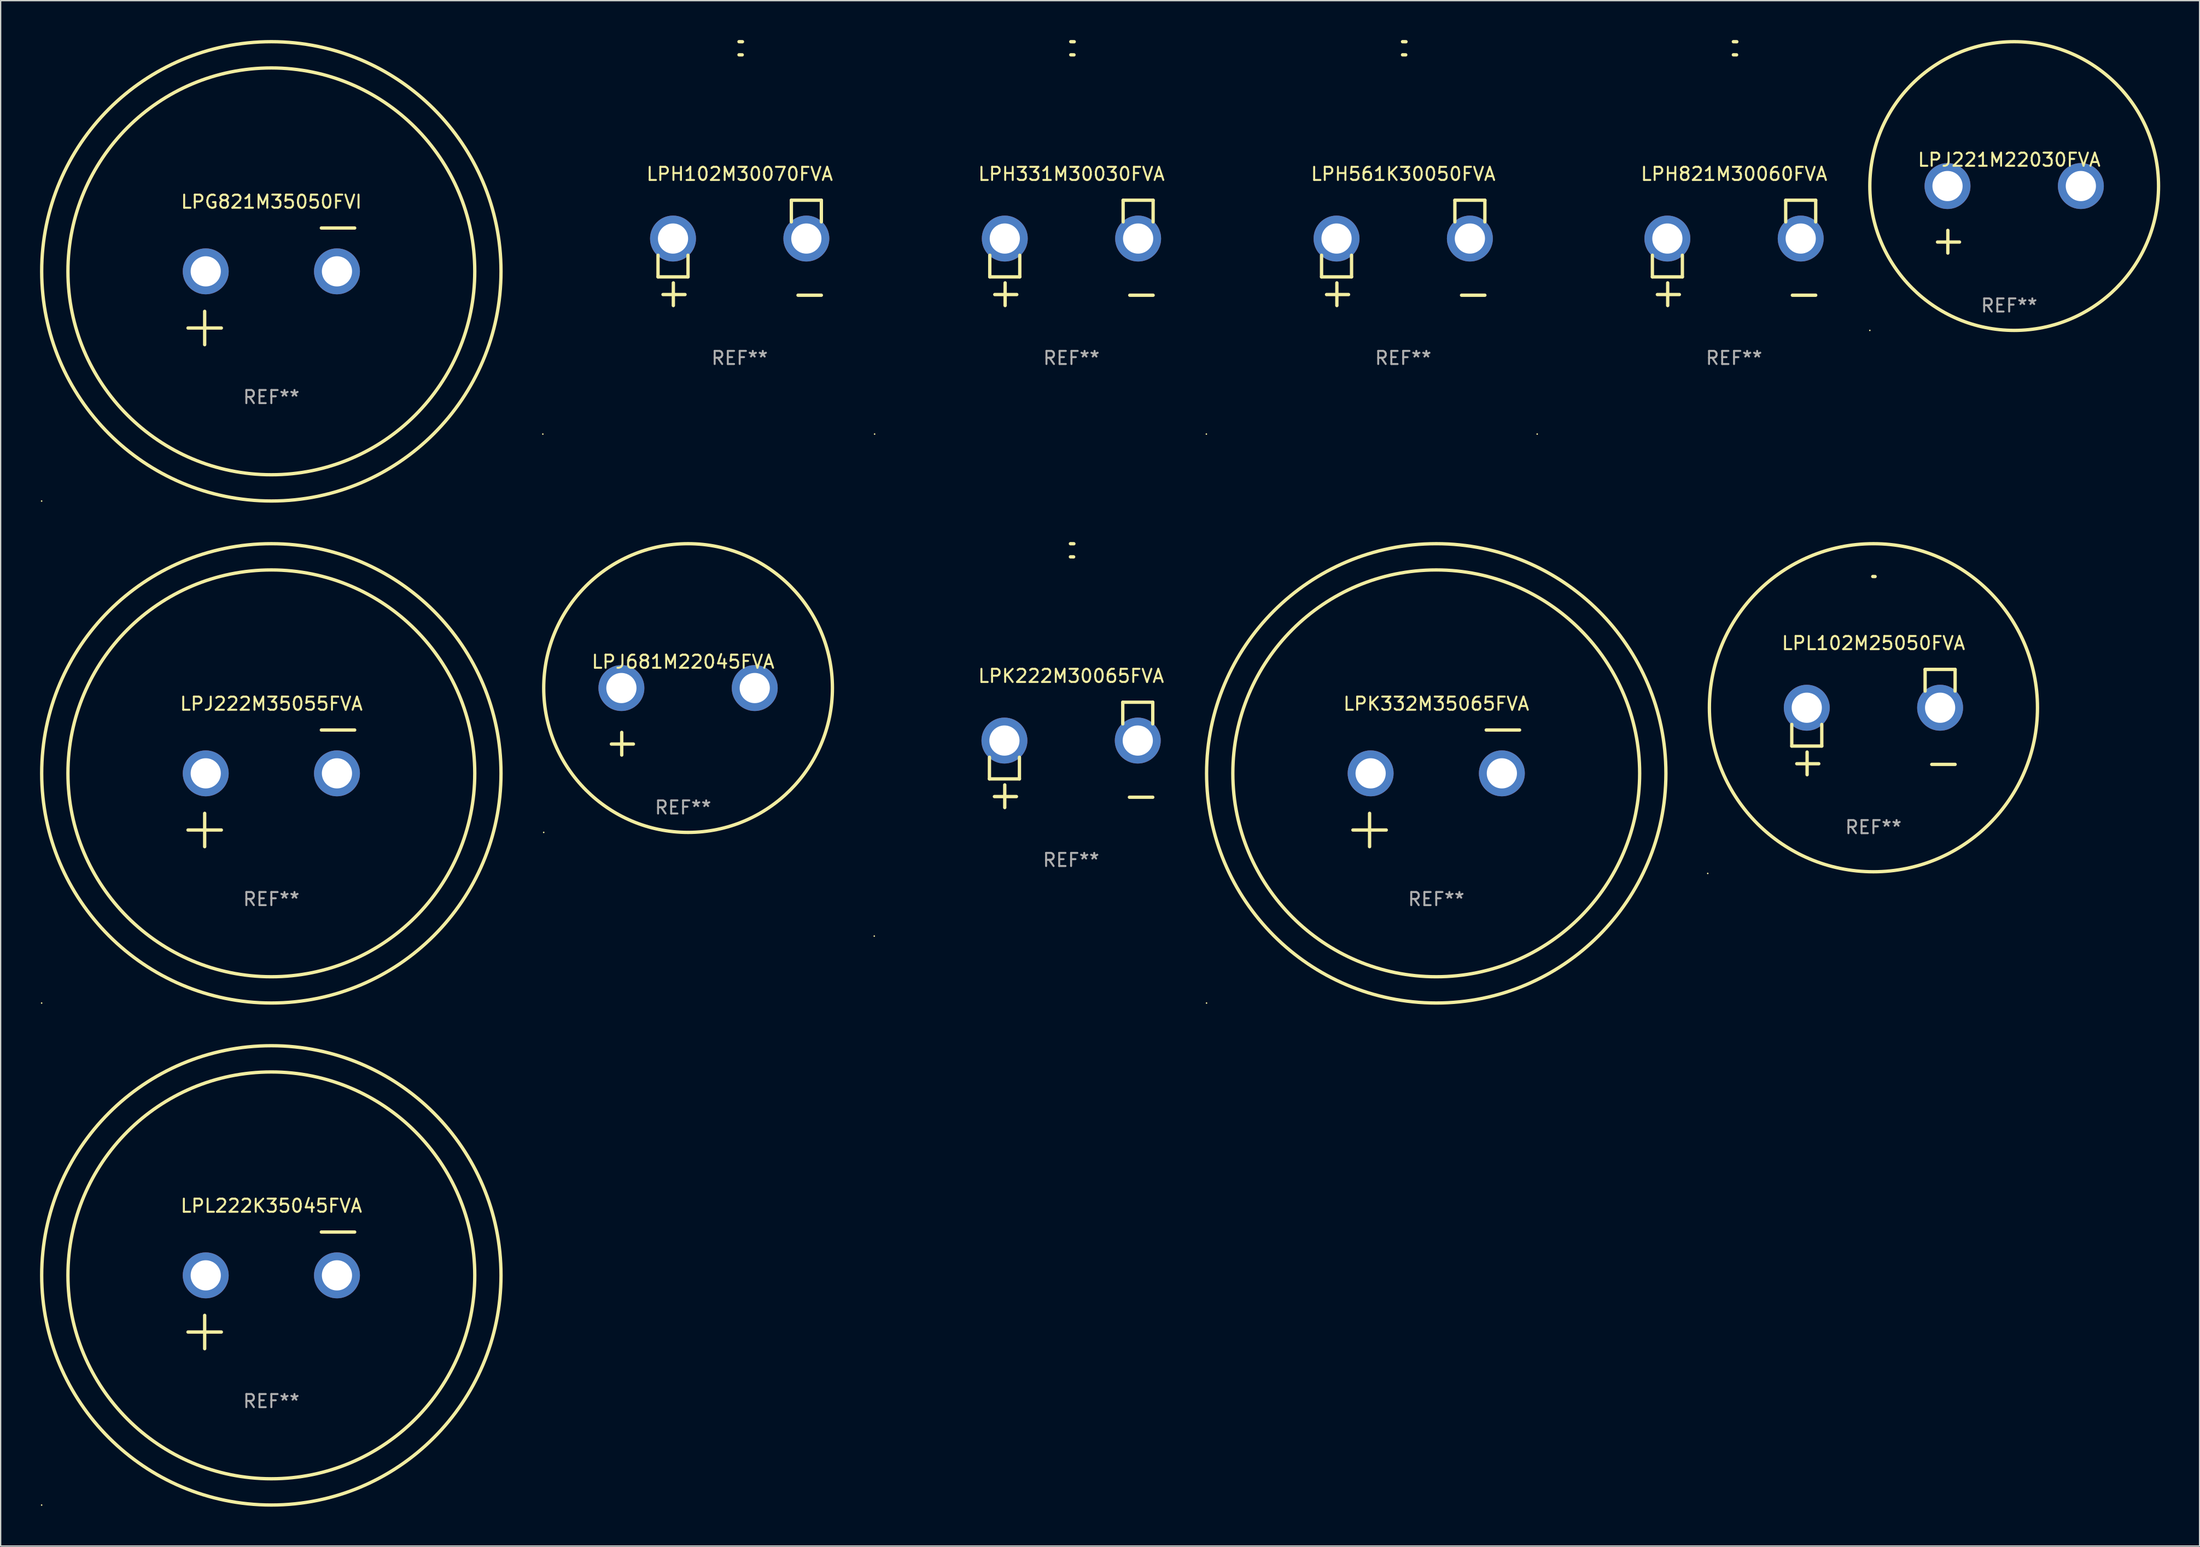
<source format=kicad_pcb>
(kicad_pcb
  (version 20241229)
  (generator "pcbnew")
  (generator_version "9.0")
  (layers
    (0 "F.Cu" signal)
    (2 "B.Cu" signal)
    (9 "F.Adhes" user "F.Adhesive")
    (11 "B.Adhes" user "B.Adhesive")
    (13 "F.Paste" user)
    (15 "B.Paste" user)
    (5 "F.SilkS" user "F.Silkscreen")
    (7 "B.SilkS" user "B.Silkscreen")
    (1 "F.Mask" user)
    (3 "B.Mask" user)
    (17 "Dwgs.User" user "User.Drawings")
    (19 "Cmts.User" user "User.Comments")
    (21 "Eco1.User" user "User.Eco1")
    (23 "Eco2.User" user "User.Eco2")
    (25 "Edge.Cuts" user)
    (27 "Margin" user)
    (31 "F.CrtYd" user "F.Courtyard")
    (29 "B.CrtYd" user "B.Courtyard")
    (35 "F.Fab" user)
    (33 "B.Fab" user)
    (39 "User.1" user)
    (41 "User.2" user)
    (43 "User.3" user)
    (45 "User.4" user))
  (footprint "LPJ681M22045FVA"
    (layer "F.Cu")
    (at 49 51.934)
    (property "Reference" "LPJ681M22045FVA" (at 0 -4.553 0) (layer "F.SilkS") (effects (font (size 1 1) (thickness 0.15))))
    (attr through_hole)
    (fp_line (start -4.674 2.553) (end -4.674 0.826) (stroke (width 0.254) (type solid)) (layer "F.SilkS"))
    (fp_line (start -3.785 1.715) (end -5.461 1.715) (stroke (width 0.254) (type solid)) (layer "F.SilkS"))
    (fp_circle (center -10.619 8.447) (end -10.589 8.447) (stroke (width 0.06) (type solid)) (fill no) (layer "F.SilkS"))
    (fp_circle (center 0.381 -2.553) (end 11.381 -2.553) (stroke (width 0.254) (type solid)) (fill no) (layer "F.SilkS"))
    (fp_text user "REF**" (at 0 6.553 0) (layer "F.Fab") (effects (font (size 1 1) (thickness 0.15))))
    (pad "1" thru_hole circle (at -4.699 -2.553) (size 3.5 3.5) (drill 2.3) (layers "*.Cu" "*.Mask"))
    (pad "2" thru_hole circle (at 5.461 -2.553) (size 3.5 3.5) (drill 2.3) (layers "*.Cu" "*.Mask")))
  (footprint "LPH561K30050FVA"
    (layer "F.Cu")
    (at 103.875 16.22)
    (property "Reference" "LPH561K30050FVA" (at 0 -6.013 0) (layer "F.SilkS") (effects (font (size 1 1) (thickness 0.15))))
    (attr through_hole)
    (fp_line (start -6.223 0.178) (end -6.223 1.829) (stroke (width 0.254) (type solid)) (layer "F.SilkS"))
    (fp_line (start -6.223 1.829) (end -3.937 1.829) (stroke (width 0.254) (type solid)) (layer "F.SilkS"))
    (fp_line (start -5.055 4.013) (end -5.055 2.286) (stroke (width 0.254) (type solid)) (layer "F.SilkS"))
    (fp_line (start -4.166 3.175) (end -5.842 3.175) (stroke (width 0.254) (type solid)) (layer "F.SilkS"))
    (fp_line (start -3.937 1.829) (end -3.937 0.178) (stroke (width 0.254) (type solid)) (layer "F.SilkS"))
    (fp_line (start 3.937 -4.013) (end 3.937 -2.362) (stroke (width 0.254) (type solid)) (layer "F.SilkS"))
    (fp_line (start 6.223 -4.013) (end 3.937 -4.013) (stroke (width 0.254) (type solid)) (layer "F.SilkS"))
    (fp_line (start 6.223 -2.362) (end 6.223 -4.013) (stroke (width 0.254) (type solid)) (layer "F.SilkS"))
    (fp_line (start 6.223 3.226) (end 4.445 3.226) (stroke (width 0.254) (type solid)) (layer "F.SilkS"))
    (fp_arc (start -0.0508 -16.093472) (mid 0.080016 -16.092762) (end 0.210821 -16.090932) (stroke (width 0.254001) (type solid)) (layer "F.SilkS"))
    (fp_arc (start -0.0508 -15.09271) (mid 0.071125 -15.091961) (end 0.19304 -15.09017) (stroke (width 0.254001) (type solid)) (layer "F.SilkS"))
    (fp_circle (center -15 13.808) (end -14.97 13.808) (stroke (width 0.06) (type solid)) (fill no) (layer "F.SilkS"))
    (fp_text user "REF**" (at 0 8.013 0) (layer "F.Fab") (effects (font (size 1 1) (thickness 0.15))))
    (pad "1" thru_hole circle (at -5.08 -1.092) (size 3.5 3.5) (drill 2.3) (layers "*.Cu" "*.Mask"))
    (pad "2" thru_hole circle (at 5.08 -1.092) (size 3.5 3.5) (drill 2.3) (layers "*.Cu" "*.Mask")))
  (footprint "LPH102M30070FVA"
    (layer "F.Cu")
    (at 53.314 16.22)
    (property "Reference" "LPH102M30070FVA" (at 0 -6.013 0) (layer "F.SilkS") (effects (font (size 1 1) (thickness 0.15))))
    (attr through_hole)
    (fp_line (start -6.223 0.178) (end -6.223 1.829) (stroke (width 0.254) (type solid)) (layer "F.SilkS"))
    (fp_line (start -6.223 1.829) (end -3.937 1.829) (stroke (width 0.254) (type solid)) (layer "F.SilkS"))
    (fp_line (start -5.055 4.013) (end -5.055 2.286) (stroke (width 0.254) (type solid)) (layer "F.SilkS"))
    (fp_line (start -4.166 3.175) (end -5.842 3.175) (stroke (width 0.254) (type solid)) (layer "F.SilkS"))
    (fp_line (start -3.937 1.829) (end -3.937 0.178) (stroke (width 0.254) (type solid)) (layer "F.SilkS"))
    (fp_line (start 3.937 -4.013) (end 3.937 -2.362) (stroke (width 0.254) (type solid)) (layer "F.SilkS"))
    (fp_line (start 6.223 -4.013) (end 3.937 -4.013) (stroke (width 0.254) (type solid)) (layer "F.SilkS"))
    (fp_line (start 6.223 -2.362) (end 6.223 -4.013) (stroke (width 0.254) (type solid)) (layer "F.SilkS"))
    (fp_line (start 6.223 3.226) (end 4.445 3.226) (stroke (width 0.254) (type solid)) (layer "F.SilkS"))
    (fp_arc (start -0.0508 -16.093472) (mid 0.080016 -16.092762) (end 0.210821 -16.090932) (stroke (width 0.254001) (type solid)) (layer "F.SilkS"))
    (fp_arc (start -0.0508 -15.09271) (mid 0.071125 -15.091961) (end 0.19304 -15.09017) (stroke (width 0.254001) (type solid)) (layer "F.SilkS"))
    (fp_circle (center -15 13.808) (end -14.97 13.808) (stroke (width 0.06) (type solid)) (fill no) (layer "F.SilkS"))
    (fp_text user "REF**" (at 0 8.013 0) (layer "F.Fab") (effects (font (size 1 1) (thickness 0.15))))
    (pad "1" thru_hole circle (at -5.08 -1.092) (size 3.5 3.5) (drill 2.3) (layers "*.Cu" "*.Mask"))
    (pad "2" thru_hole circle (at 5.08 -1.092) (size 3.5 3.5) (drill 2.3) (layers "*.Cu" "*.Mask")))
  (footprint "LPH821M30060FVA"
    (layer "F.Cu")
    (at 129.084 16.22)
    (property "Reference" "LPH821M30060FVA" (at 0 -6.013 0) (layer "F.SilkS") (effects (font (size 1 1) (thickness 0.15))))
    (attr through_hole)
    (fp_line (start -6.223 0.178) (end -6.223 1.829) (stroke (width 0.254) (type solid)) (layer "F.SilkS"))
    (fp_line (start -6.223 1.829) (end -3.937 1.829) (stroke (width 0.254) (type solid)) (layer "F.SilkS"))
    (fp_line (start -5.055 4.013) (end -5.055 2.286) (stroke (width 0.254) (type solid)) (layer "F.SilkS"))
    (fp_line (start -4.166 3.175) (end -5.842 3.175) (stroke (width 0.254) (type solid)) (layer "F.SilkS"))
    (fp_line (start -3.937 1.829) (end -3.937 0.178) (stroke (width 0.254) (type solid)) (layer "F.SilkS"))
    (fp_line (start 3.937 -4.013) (end 3.937 -2.362) (stroke (width 0.254) (type solid)) (layer "F.SilkS"))
    (fp_line (start 6.223 -4.013) (end 3.937 -4.013) (stroke (width 0.254) (type solid)) (layer "F.SilkS"))
    (fp_line (start 6.223 -2.362) (end 6.223 -4.013) (stroke (width 0.254) (type solid)) (layer "F.SilkS"))
    (fp_line (start 6.223 3.226) (end 4.445 3.226) (stroke (width 0.254) (type solid)) (layer "F.SilkS"))
    (fp_arc (start -0.0508 -16.093472) (mid 0.080016 -16.092762) (end 0.210821 -16.090932) (stroke (width 0.254001) (type solid)) (layer "F.SilkS"))
    (fp_arc (start -0.0508 -15.09271) (mid 0.071125 -15.091961) (end 0.19304 -15.09017) (stroke (width 0.254001) (type solid)) (layer "F.SilkS"))
    (fp_circle (center -15 13.808) (end -14.97 13.808) (stroke (width 0.06) (type solid)) (fill no) (layer "F.SilkS"))
    (fp_text user "REF**" (at 0 8.013 0) (layer "F.Fab") (effects (font (size 1 1) (thickness 0.15))))
    (pad "1" thru_hole circle (at -5.08 -1.092) (size 3.5 3.5) (drill 2.3) (layers "*.Cu" "*.Mask"))
    (pad "2" thru_hole circle (at 5.08 -1.092) (size 3.5 3.5) (drill 2.3) (layers "*.Cu" "*.Mask")))
  (footprint "LPH331M30030FVA"
    (layer "F.Cu")
    (at 78.595 16.22)
    (property "Reference" "LPH331M30030FVA" (at 0 -6.013 0) (layer "F.SilkS") (effects (font (size 1 1) (thickness 0.15))))
    (attr through_hole)
    (fp_line (start -6.223 0.178) (end -6.223 1.829) (stroke (width 0.254) (type solid)) (layer "F.SilkS"))
    (fp_line (start -6.223 1.829) (end -3.937 1.829) (stroke (width 0.254) (type solid)) (layer "F.SilkS"))
    (fp_line (start -5.055 4.013) (end -5.055 2.286) (stroke (width 0.254) (type solid)) (layer "F.SilkS"))
    (fp_line (start -4.166 3.175) (end -5.842 3.175) (stroke (width 0.254) (type solid)) (layer "F.SilkS"))
    (fp_line (start -3.937 1.829) (end -3.937 0.178) (stroke (width 0.254) (type solid)) (layer "F.SilkS"))
    (fp_line (start 3.937 -4.013) (end 3.937 -2.362) (stroke (width 0.254) (type solid)) (layer "F.SilkS"))
    (fp_line (start 6.223 -4.013) (end 3.937 -4.013) (stroke (width 0.254) (type solid)) (layer "F.SilkS"))
    (fp_line (start 6.223 -2.362) (end 6.223 -4.013) (stroke (width 0.254) (type solid)) (layer "F.SilkS"))
    (fp_line (start 6.223 3.226) (end 4.445 3.226) (stroke (width 0.254) (type solid)) (layer "F.SilkS"))
    (fp_arc (start -0.0508 -16.093472) (mid 0.080016 -16.092762) (end 0.210821 -16.090932) (stroke (width 0.254001) (type solid)) (layer "F.SilkS"))
    (fp_arc (start -0.0508 -15.09271) (mid 0.071125 -15.091961) (end 0.19304 -15.09017) (stroke (width 0.254001) (type solid)) (layer "F.SilkS"))
    (fp_circle (center -15 13.808) (end -14.97 13.808) (stroke (width 0.06) (type solid)) (fill no) (layer "F.SilkS"))
    (fp_text user "REF**" (at 0 8.013 0) (layer "F.Fab") (effects (font (size 1 1) (thickness 0.15))))
    (pad "1" thru_hole circle (at -5.08 -1.092) (size 3.5 3.5) (drill 2.3) (layers "*.Cu" "*.Mask"))
    (pad "2" thru_hole circle (at 5.08 -1.092) (size 3.5 3.5) (drill 2.3) (layers "*.Cu" "*.Mask")))
  (footprint "LPG821M35050FVI"
    (layer "F.Cu")
    (at 17.627 18.77)
    (property "Reference" "LPG821M35050FVI" (at 0 -6.445 0) (layer "F.SilkS") (effects (font (size 1 1) (thickness 0.15))))
    (attr through_hole)
    (fp_line (start -6.35 3.175) (end -3.81 3.175) (stroke (width 0.254) (type solid)) (layer "F.SilkS"))
    (fp_line (start -5.08 1.905) (end -5.08 4.445) (stroke (width 0.254) (type solid)) (layer "F.SilkS"))
    (fp_line (start 3.81 -4.445) (end 6.35 -4.445) (stroke (width 0.254) (type solid)) (layer "F.SilkS"))
    (fp_circle (center -17.505 16.362) (end -17.475 16.362) (stroke (width 0.06) (type solid)) (fill no) (layer "F.SilkS"))
    (fp_circle (center 0 -1.143) (end 15.5 -1.143) (stroke (width 0.254) (type solid)) (fill no) (layer "F.SilkS"))
    (fp_circle (center 0 -1.143) (end 17.5 -1.143) (stroke (width 0.254) (type solid)) (fill no) (layer "F.SilkS"))
    (fp_text user "REF**" (at 0 8.445 0) (layer "F.Fab") (effects (font (size 1 1) (thickness 0.15))))
    (pad "1" thru_hole circle (at -5 -1.143) (size 3.5 3.5) (drill 2.3) (layers "*.Cu" "*.Mask"))
    (pad "2" thru_hole circle (at 5 -1.143) (size 3.5 3.5) (drill 2.3) (layers "*.Cu" "*.Mask")))
  (footprint "LPL102M25050FVA"
    (layer "F.Cu")
    (at 139.706 51.973)
    (property "Reference" "LPL102M25050FVA" (at 0 -6.013 0) (layer "F.SilkS") (effects (font (size 1 1) (thickness 0.15))))
    (attr through_hole)
    (fp_line (start -6.223 0.178) (end -6.223 1.829) (stroke (width 0.254) (type solid)) (layer "F.SilkS"))
    (fp_line (start -6.223 1.829) (end -3.937 1.829) (stroke (width 0.254) (type solid)) (layer "F.SilkS"))
    (fp_line (start -5.055 4.013) (end -5.055 2.286) (stroke (width 0.254) (type solid)) (layer "F.SilkS"))
    (fp_line (start -4.166 3.175) (end -5.842 3.175) (stroke (width 0.254) (type solid)) (layer "F.SilkS"))
    (fp_line (start -3.937 1.829) (end -3.937 0.178) (stroke (width 0.254) (type solid)) (layer "F.SilkS"))
    (fp_line (start 3.937 -4.013) (end 3.937 -2.362) (stroke (width 0.254) (type solid)) (layer "F.SilkS"))
    (fp_line (start 6.223 -4.013) (end 3.937 -4.013) (stroke (width 0.254) (type solid)) (layer "F.SilkS"))
    (fp_line (start 6.223 -2.362) (end 6.223 -4.013) (stroke (width 0.254) (type solid)) (layer "F.SilkS"))
    (fp_line (start 6.223 3.226) (end 4.445 3.226) (stroke (width 0.254) (type solid)) (layer "F.SilkS"))
    (fp_arc (start -0.0508 -11.092202) (mid 0.036835 -11.091307) (end 0.12446 -11.089662) (stroke (width 0.254001) (type solid)) (layer "F.SilkS"))
    (fp_circle (center -12.627 11.535) (end -12.597 11.535) (stroke (width 0.06) (type solid)) (fill no) (layer "F.SilkS"))
    (fp_circle (center 0 -1.092) (end 12.5 -1.092) (stroke (width 0.254) (type solid)) (fill no) (layer "F.SilkS"))
    (fp_text user "REF**" (at 0 8.013 0) (layer "F.Fab") (effects (font (size 1 1) (thickness 0.15))))
    (pad "1" thru_hole circle (at -5.08 -1.092) (size 3.5 3.5) (drill 2.3) (layers "*.Cu" "*.Mask"))
    (pad "2" thru_hole circle (at 5.08 -1.092) (size 3.5 3.5) (drill 2.3) (layers "*.Cu" "*.Mask")))
  (footprint "LPL222K35045FVA"
    (layer "F.Cu")
    (at 17.627 95.279)
    (property "Reference" "LPL222K35045FVA" (at 0 -6.445 0) (layer "F.SilkS") (effects (font (size 1 1) (thickness 0.15))))
    (attr through_hole)
    (fp_line (start -6.35 3.175) (end -3.81 3.175) (stroke (width 0.254) (type solid)) (layer "F.SilkS"))
    (fp_line (start -5.08 1.905) (end -5.08 4.445) (stroke (width 0.254) (type solid)) (layer "F.SilkS"))
    (fp_line (start 3.81 -4.445) (end 6.35 -4.445) (stroke (width 0.254) (type solid)) (layer "F.SilkS"))
    (fp_circle (center -17.505 16.362) (end -17.475 16.362) (stroke (width 0.06) (type solid)) (fill no) (layer "F.SilkS"))
    (fp_circle (center 0 -1.143) (end 15.5 -1.143) (stroke (width 0.254) (type solid)) (fill no) (layer "F.SilkS"))
    (fp_circle (center 0 -1.143) (end 17.5 -1.143) (stroke (width 0.254) (type solid)) (fill no) (layer "F.SilkS"))
    (fp_text user "REF**" (at 0 8.445 0) (layer "F.Fab") (effects (font (size 1 1) (thickness 0.15))))
    (pad "1" thru_hole circle (at -5 -1.143) (size 3.5 3.5) (drill 2.3) (layers "*.Cu" "*.Mask"))
    (pad "2" thru_hole circle (at 5 -1.143) (size 3.5 3.5) (drill 2.3) (layers "*.Cu" "*.Mask")))
  (footprint "LPJ222M35055FVA"
    (layer "F.Cu")
    (at 17.627 57.024)
    (property "Reference" "LPJ222M35055FVA" (at 0 -6.445 0) (layer "F.SilkS") (effects (font (size 1 1) (thickness 0.15))))
    (attr through_hole)
    (fp_line (start -6.35 3.175) (end -3.81 3.175) (stroke (width 0.254) (type solid)) (layer "F.SilkS"))
    (fp_line (start -5.08 1.905) (end -5.08 4.445) (stroke (width 0.254) (type solid)) (layer "F.SilkS"))
    (fp_line (start 3.81 -4.445) (end 6.35 -4.445) (stroke (width 0.254) (type solid)) (layer "F.SilkS"))
    (fp_circle (center -17.505 16.362) (end -17.475 16.362) (stroke (width 0.06) (type solid)) (fill no) (layer "F.SilkS"))
    (fp_circle (center 0 -1.143) (end 15.5 -1.143) (stroke (width 0.254) (type solid)) (fill no) (layer "F.SilkS"))
    (fp_circle (center 0 -1.143) (end 17.5 -1.143) (stroke (width 0.254) (type solid)) (fill no) (layer "F.SilkS"))
    (fp_text user "REF**" (at 0 8.445 0) (layer "F.Fab") (effects (font (size 1 1) (thickness 0.15))))
    (pad "1" thru_hole circle (at -5 -1.143) (size 3.5 3.5) (drill 2.3) (layers "*.Cu" "*.Mask"))
    (pad "2" thru_hole circle (at 5 -1.143) (size 3.5 3.5) (drill 2.3) (layers "*.Cu" "*.Mask")))
  (footprint "LPK332M35065FVA"
    (layer "F.Cu")
    (at 106.392 57.024)
    (property "Reference" "LPK332M35065FVA" (at 0 -6.445 0) (layer "F.SilkS") (effects (font (size 1 1) (thickness 0.15))))
    (attr through_hole)
    (fp_line (start -6.35 3.175) (end -3.81 3.175) (stroke (width 0.254) (type solid)) (layer "F.SilkS"))
    (fp_line (start -5.08 1.905) (end -5.08 4.445) (stroke (width 0.254) (type solid)) (layer "F.SilkS"))
    (fp_line (start 3.81 -4.445) (end 6.35 -4.445) (stroke (width 0.254) (type solid)) (layer "F.SilkS"))
    (fp_circle (center -17.505 16.362) (end -17.475 16.362) (stroke (width 0.06) (type solid)) (fill no) (layer "F.SilkS"))
    (fp_circle (center 0 -1.143) (end 15.5 -1.143) (stroke (width 0.254) (type solid)) (fill no) (layer "F.SilkS"))
    (fp_circle (center 0 -1.143) (end 17.5 -1.143) (stroke (width 0.254) (type solid)) (fill no) (layer "F.SilkS"))
    (fp_text user "REF**" (at 0 8.445 0) (layer "F.Fab") (effects (font (size 1 1) (thickness 0.15))))
    (pad "1" thru_hole circle (at -5 -1.143) (size 3.5 3.5) (drill 2.3) (layers "*.Cu" "*.Mask"))
    (pad "2" thru_hole circle (at 5 -1.143) (size 3.5 3.5) (drill 2.3) (layers "*.Cu" "*.Mask")))
  (footprint "LPJ221M22030FVA"
    (layer "F.Cu")
    (at 150.05 13.68)
    (property "Reference" "LPJ221M22030FVA" (at 0 -4.553 0) (layer "F.SilkS") (effects (font (size 1 1) (thickness 0.15))))
    (attr through_hole)
    (fp_line (start -4.674 2.553) (end -4.674 0.826) (stroke (width 0.254) (type solid)) (layer "F.SilkS"))
    (fp_line (start -3.785 1.715) (end -5.461 1.715) (stroke (width 0.254) (type solid)) (layer "F.SilkS"))
    (fp_circle (center -10.619 8.447) (end -10.589 8.447) (stroke (width 0.06) (type solid)) (fill no) (layer "F.SilkS"))
    (fp_circle (center 0.381 -2.553) (end 11.381 -2.553) (stroke (width 0.254) (type solid)) (fill no) (layer "F.SilkS"))
    (fp_text user "REF**" (at 0 6.553 0) (layer "F.Fab") (effects (font (size 1 1) (thickness 0.15))))
    (pad "1" thru_hole circle (at -4.699 -2.553) (size 3.5 3.5) (drill 2.3) (layers "*.Cu" "*.Mask"))
    (pad "2" thru_hole circle (at 5.461 -2.553) (size 3.5 3.5) (drill 2.3) (layers "*.Cu" "*.Mask")))
  (footprint "LPK222M30065FVA"
    (layer "F.Cu")
    (at 78.568 54.475)
    (property "Reference" "LPK222M30065FVA" (at 0 -6.013 0) (layer "F.SilkS") (effects (font (size 1 1) (thickness 0.15))))
    (attr through_hole)
    (fp_line (start -6.223 0.178) (end -6.223 1.829) (stroke (width 0.254) (type solid)) (layer "F.SilkS"))
    (fp_line (start -6.223 1.829) (end -3.937 1.829) (stroke (width 0.254) (type solid)) (layer "F.SilkS"))
    (fp_line (start -5.055 4.013) (end -5.055 2.286) (stroke (width 0.254) (type solid)) (layer "F.SilkS"))
    (fp_line (start -4.166 3.175) (end -5.842 3.175) (stroke (width 0.254) (type solid)) (layer "F.SilkS"))
    (fp_line (start -3.937 1.829) (end -3.937 0.178) (stroke (width 0.254) (type solid)) (layer "F.SilkS"))
    (fp_line (start 3.937 -4.013) (end 3.937 -2.362) (stroke (width 0.254) (type solid)) (layer "F.SilkS"))
    (fp_line (start 6.223 -4.013) (end 3.937 -4.013) (stroke (width 0.254) (type solid)) (layer "F.SilkS"))
    (fp_line (start 6.223 -2.362) (end 6.223 -4.013) (stroke (width 0.254) (type solid)) (layer "F.SilkS"))
    (fp_line (start 6.223 3.226) (end 4.445 3.226) (stroke (width 0.254) (type solid)) (layer "F.SilkS"))
    (fp_arc (start -0.0508 -16.093472) (mid 0.080016 -16.092762) (end 0.210821 -16.090932) (stroke (width 0.254001) (type solid)) (layer "F.SilkS"))
    (fp_arc (start -0.0508 -15.09271) (mid 0.071125 -15.091961) (end 0.19304 -15.09017) (stroke (width 0.254001) (type solid)) (layer "F.SilkS"))
    (fp_circle (center -15 13.808) (end -14.97 13.808) (stroke (width 0.06) (type solid)) (fill no) (layer "F.SilkS"))
    (fp_text user "REF**" (at 0 8.013 0) (layer "F.Fab") (effects (font (size 1 1) (thickness 0.15))))
    (pad "1" thru_hole circle (at -5.08 -1.092) (size 3.5 3.5) (drill 2.3) (layers "*.Cu" "*.Mask"))
    (pad "2" thru_hole circle (at 5.08 -1.092) (size 3.5 3.5) (drill 2.3) (layers "*.Cu" "*.Mask")))
  (gr_rect
    (start -3 -3)
    (end 164.558 114.763)
    (stroke (width 0.1) (type default))
    (fill no)
    (layer "Edge.Cuts")))
</source>
